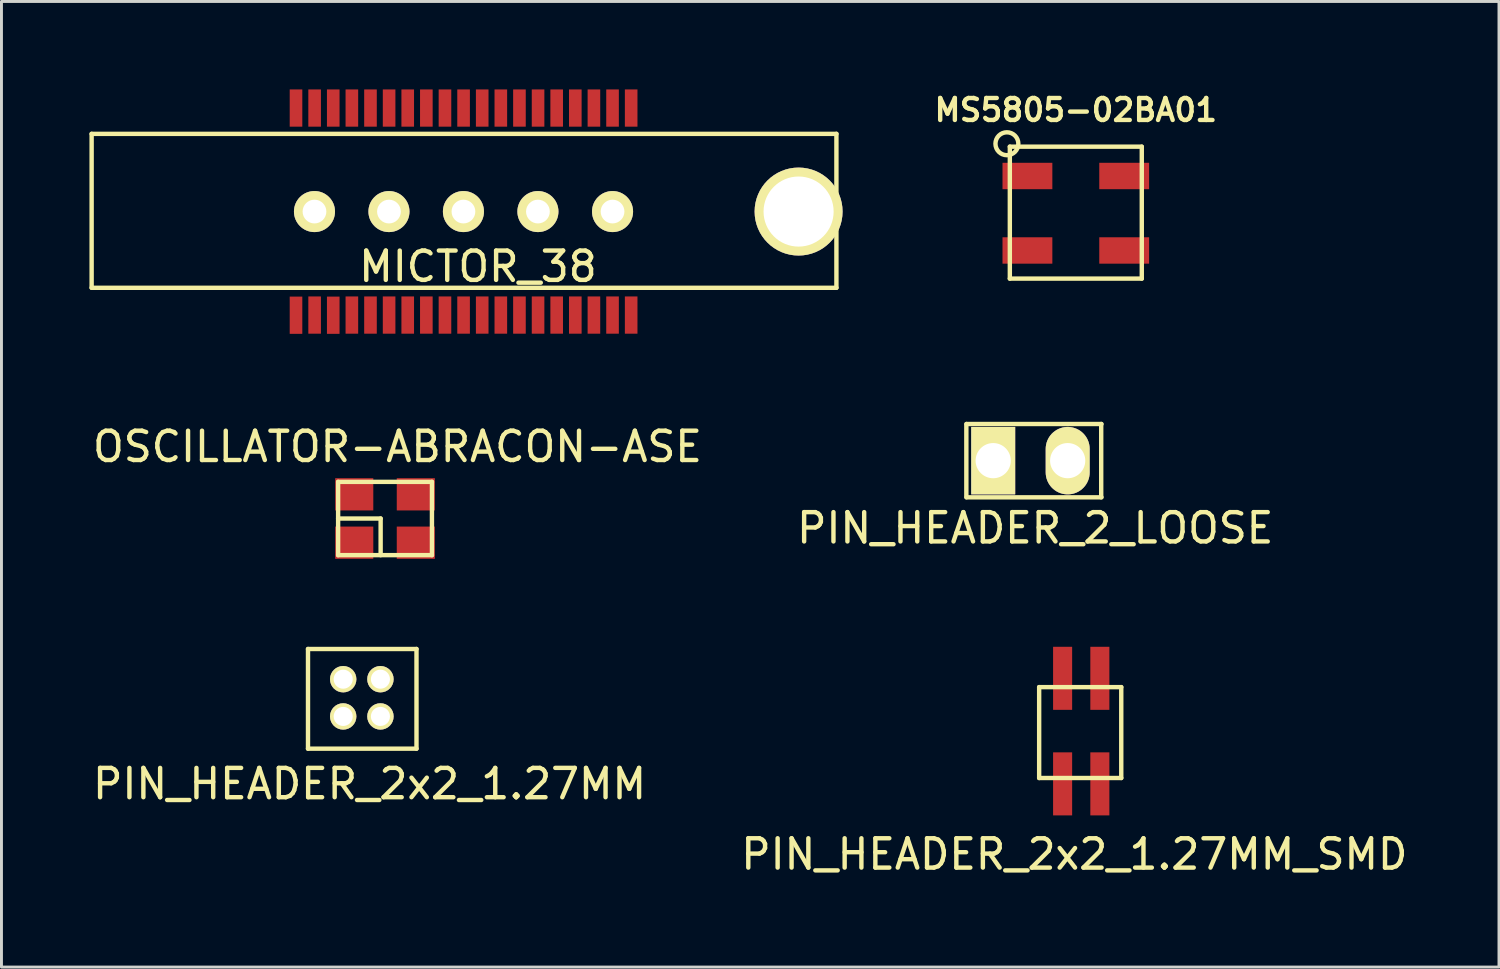
<source format=kicad_pcb>
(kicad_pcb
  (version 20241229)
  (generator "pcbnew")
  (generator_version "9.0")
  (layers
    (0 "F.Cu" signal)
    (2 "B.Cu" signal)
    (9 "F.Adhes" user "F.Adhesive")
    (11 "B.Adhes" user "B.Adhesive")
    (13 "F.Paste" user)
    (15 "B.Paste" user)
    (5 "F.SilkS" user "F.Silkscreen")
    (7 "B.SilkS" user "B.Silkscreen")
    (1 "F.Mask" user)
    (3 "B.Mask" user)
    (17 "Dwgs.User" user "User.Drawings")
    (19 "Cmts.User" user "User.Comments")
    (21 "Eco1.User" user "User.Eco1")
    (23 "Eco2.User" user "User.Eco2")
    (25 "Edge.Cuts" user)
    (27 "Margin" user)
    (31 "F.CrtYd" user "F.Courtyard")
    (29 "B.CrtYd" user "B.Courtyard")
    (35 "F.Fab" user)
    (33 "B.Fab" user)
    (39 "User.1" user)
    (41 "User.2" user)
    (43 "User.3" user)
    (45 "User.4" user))
  (footprint "MICTOR_38"
    (layer "F.Cu")
    (at 12.75 4.17)
    (property "Reference" "MICTOR_38" (at 0.5 1.87 0) (layer "F.SilkS") (effects (font (size 1 1) (thickness 0.15))))
    (attr through_hole)
    (fp_line (start -12.675 -2.655) (end 12.725 -2.655) (stroke (width 0.15) (type solid)) (layer "F.SilkS"))
    (fp_line (start -12.675 2.595) (end -12.675 -2.655) (stroke (width 0.15) (type solid)) (layer "F.SilkS"))
    (fp_line (start 12.725 -2.655) (end 12.725 2.595) (stroke (width 0.15) (type solid)) (layer "F.SilkS"))
    (fp_line (start 12.725 2.595) (end -12.675 2.595) (stroke (width 0.15) (type solid)) (layer "F.SilkS"))
    (pad "" np_thru_hole circle (at 11.435 -0.005) (size 3 3) (drill 2.39) (layers "*.Cu" "*.Mask" "F.SilkS"))
    (pad "1" smd rect (at 5.725 3.525) (size 0.43 1.27) (layers "F.Cu" "F.Mask" "F.Paste"))
    (pad "2" smd rect (at 5.725 -3.535) (size 0.43 1.27) (layers "F.Cu" "F.Mask" "F.Paste"))
    (pad "3" smd rect (at 5.09 3.525) (size 0.43 1.27) (layers "F.Cu" "F.Mask" "F.Paste"))
    (pad "4" smd rect (at 5.09 -3.535) (size 0.43 1.27) (layers "F.Cu" "F.Mask" "F.Paste"))
    (pad "5" smd rect (at 4.455 3.525) (size 0.43 1.27) (layers "F.Cu" "F.Mask" "F.Paste"))
    (pad "6" smd rect (at 4.455 -3.535) (size 0.43 1.27) (layers "F.Cu" "F.Mask" "F.Paste"))
    (pad "7" smd rect (at 3.82 3.525) (size 0.43 1.27) (layers "F.Cu" "F.Mask" "F.Paste"))
    (pad "8" smd rect (at 3.82 -3.535) (size 0.43 1.27) (layers "F.Cu" "F.Mask" "F.Paste"))
    (pad "9" smd rect (at 3.185 3.525) (size 0.43 1.27) (layers "F.Cu" "F.Mask" "F.Paste"))
    (pad "10" smd rect (at 3.185 -3.535) (size 0.43 1.27) (layers "F.Cu" "F.Mask" "F.Paste"))
    (pad "11" smd rect (at 2.55 3.525) (size 0.43 1.27) (layers "F.Cu" "F.Mask" "F.Paste"))
    (pad "12" smd rect (at 2.55 -3.535) (size 0.43 1.27) (layers "F.Cu" "F.Mask" "F.Paste"))
    (pad "13" smd rect (at 1.915 3.525) (size 0.43 1.27) (layers "F.Cu" "F.Mask" "F.Paste"))
    (pad "14" smd rect (at 1.915 -3.535) (size 0.43 1.27) (layers "F.Cu" "F.Mask" "F.Paste"))
    (pad "15" smd rect (at 1.28 3.525) (size 0.43 1.27) (layers "F.Cu" "F.Mask" "F.Paste"))
    (pad "16" smd rect (at 1.28 -3.535) (size 0.43 1.27) (layers "F.Cu" "F.Mask" "F.Paste"))
    (pad "17" smd rect (at 0.645 3.525) (size 0.43 1.27) (layers "F.Cu" "F.Mask" "F.Paste"))
    (pad "18" smd rect (at 0.645 -3.535) (size 0.43 1.27) (layers "F.Cu" "F.Mask" "F.Paste"))
    (pad "19" smd rect (at 0.01 3.525) (size 0.43 1.27) (layers "F.Cu" "F.Mask" "F.Paste"))
    (pad "20" smd rect (at 0.01 -3.535) (size 0.43 1.27) (layers "F.Cu" "F.Mask" "F.Paste"))
    (pad "21" smd rect (at -0.625 3.525) (size 0.43 1.27) (layers "F.Cu" "F.Mask" "F.Paste"))
    (pad "22" smd rect (at -0.625 -3.535) (size 0.43 1.27) (layers "F.Cu" "F.Mask" "F.Paste"))
    (pad "23" smd rect (at -1.26 3.525) (size 0.43 1.27) (layers "F.Cu" "F.Mask" "F.Paste"))
    (pad "24" smd rect (at -1.26 -3.535) (size 0.43 1.27) (layers "F.Cu" "F.Mask" "F.Paste"))
    (pad "25" smd rect (at -1.895 3.525) (size 0.43 1.27) (layers "F.Cu" "F.Mask" "F.Paste"))
    (pad "26" smd rect (at -1.895 -3.535) (size 0.43 1.27) (layers "F.Cu" "F.Mask" "F.Paste"))
    (pad "27" smd rect (at -2.53 3.525) (size 0.43 1.27) (layers "F.Cu" "F.Mask" "F.Paste"))
    (pad "28" smd rect (at -2.53 -3.535) (size 0.43 1.27) (layers "F.Cu" "F.Mask" "F.Paste"))
    (pad "29" smd rect (at -3.165 3.525) (size 0.43 1.27) (layers "F.Cu" "F.Mask" "F.Paste"))
    (pad "30" smd rect (at -3.165 -3.535) (size 0.43 1.27) (layers "F.Cu" "F.Mask" "F.Paste"))
    (pad "31" smd rect (at -3.8 3.525) (size 0.43 1.27) (layers "F.Cu" "F.Mask" "F.Paste"))
    (pad "32" smd rect (at -3.8 -3.535) (size 0.43 1.27) (layers "F.Cu" "F.Mask" "F.Paste"))
    (pad "33" smd rect (at -4.435 3.53) (size 0.43 1.27) (layers "F.Cu" "F.Mask" "F.Paste"))
    (pad "34" smd rect (at -4.435 -3.535) (size 0.43 1.27) (layers "F.Cu" "F.Mask" "F.Paste"))
    (pad "35" smd rect (at -5.07 3.525) (size 0.43 1.27) (layers "F.Cu" "F.Mask" "F.Paste"))
    (pad "36" smd rect (at -5.07 -3.535) (size 0.43 1.27) (layers "F.Cu" "F.Mask" "F.Paste"))
    (pad "37" smd rect (at -5.705 3.53) (size 0.43 1.27) (layers "F.Cu" "F.Mask" "F.Paste"))
    (pad "38" smd rect (at -5.705 -3.535) (size 0.43 1.27) (layers "F.Cu" "F.Mask" "F.Paste"))
    (pad "39" thru_hole circle (at 5.09 -0.005) (size 1.4 1.4) (drill 0.81) (layers "*.Cu" "*.Mask" "F.SilkS"))
    (pad "40" thru_hole circle (at 2.545 -0.005) (size 1.4 1.4) (drill 0.81) (layers "*.Cu" "*.Mask" "F.SilkS"))
    (pad "41" thru_hole circle (at 0.005 -0.005) (size 1.4 1.4) (drill 0.81) (layers "*.Cu" "*.Mask" "F.SilkS"))
    (pad "42" thru_hole circle (at -2.535 -0.005) (size 1.4 1.4) (drill 0.81) (layers "*.Cu" "*.Mask" "F.SilkS"))
    (pad "43" thru_hole circle (at -5.075 -0.005) (size 1.4 1.4) (drill 0.81) (layers "*.Cu" "*.Mask" "F.SilkS")))
  (footprint "OSCILLATOR-ABRACON-ASE"
    (layer "F.Cu")
    (at 10.081 14.633)
    (property "Reference" "OSCILLATOR-ABRACON-ASE" (at 0.425 -2.45 0) (layer "F.SilkS") (effects (font (size 1 1) (thickness 0.15))))
    (attr through_hole)
    (fp_line (start -1.6 -1.25) (end 1.6 -1.25) (stroke (width 0.15) (type solid)) (layer "F.SilkS"))
    (fp_line (start -1.6 0) (end -0.15 0) (stroke (width 0.15) (type solid)) (layer "F.SilkS"))
    (fp_line (start -1.6 1.25) (end -1.6 -1.25) (stroke (width 0.15) (type solid)) (layer "F.SilkS"))
    (fp_line (start -0.15 0) (end -0.15 1.25) (stroke (width 0.15) (type solid)) (layer "F.SilkS"))
    (fp_line (start 1.6 -1.25) (end 1.6 1.25) (stroke (width 0.15) (type solid)) (layer "F.SilkS"))
    (fp_line (start 1.6 1.25) (end -1.6 1.25) (stroke (width 0.15) (type solid)) (layer "F.SilkS"))
    (pad "1" smd rect (at -1.05 0.825) (size 1.3 1.1) (layers "F.Cu" "F.Mask" "F.Paste"))
    (pad "2" smd rect (at 1.05 0.825) (size 1.3 1.1) (layers "F.Cu" "F.Mask" "F.Paste"))
    (pad "3" smd rect (at 1.05 -0.825) (size 1.3 1.1) (layers "F.Cu" "F.Mask" "F.Paste"))
    (pad "4" smd rect (at -1.05 -0.825) (size 1.3 1.1) (layers "F.Cu" "F.Mask" "F.Paste")))
  (footprint "PIN_HEADER_2x2_1.27MM_SMD"
    (layer "F.Cu")
    (at 33.189 21.883)
    (property "Reference" "PIN_HEADER_2x2_1.27MM_SMD" (at 0.4 4.2 0) (layer "F.SilkS") (effects (font (size 1 1) (thickness 0.15))))
    (attr through_hole)
    (fp_line (start -0.8 -1.5) (end -0.8 1.6) (stroke (width 0.15) (type solid)) (layer "F.SilkS"))
    (fp_line (start -0.8 -1.5) (end 2 -1.5) (stroke (width 0.15) (type solid)) (layer "F.SilkS"))
    (fp_line (start 2 1.6) (end -0.8 1.6) (stroke (width 0.15) (type solid)) (layer "F.SilkS"))
    (fp_line (start 2 1.6) (end 2 -1.5) (stroke (width 0.15) (type solid)) (layer "F.SilkS"))
    (pad "1" smd rect (at 0 1.8) (size 0.65 2.15) (layers "F.Cu" "F.Mask" "F.Paste"))
    (pad "2" smd rect (at 0 -1.8) (size 0.65 2.15) (layers "F.Cu" "F.Mask" "F.Paste"))
    (pad "3" smd rect (at 1.27 1.8) (size 0.65 2.15) (layers "F.Cu" "F.Mask" "F.Paste"))
    (pad "4" smd rect (at 1.27 -1.8) (size 0.65 2.15) (layers "F.Cu" "F.Mask" "F.Paste")))
  (footprint "PIN_HEADER_2_LOOSE"
    (layer "F.Cu")
    (at 30.822 12.66)
    (property "Reference" "PIN_HEADER_2_LOOSE" (at 1.433 2.3 0) (layer "F.SilkS") (effects (font (size 1 1) (thickness 0.15))))
    (attr through_hole)
    (fp_line (start -0.916 -1.25) (end -0.916 1.25) (stroke (width 0.15) (type solid)) (layer "F.SilkS"))
    (fp_line (start -0.906 1.25) (end 3.693 1.25) (stroke (width 0.15) (type solid)) (layer "F.SilkS"))
    (fp_line (start 3.683 1.25) (end 3.683 -1.25) (stroke (width 0.15) (type solid)) (layer "F.SilkS"))
    (fp_line (start 3.693 -1.25) (end -0.906 -1.25) (stroke (width 0.15) (type solid)) (layer "F.SilkS"))
    (pad "1" thru_hole rect (at 0 0) (size 1.5 2.3) (drill 1.2) (layers "*.Cu" "*.Mask" "F.SilkS"))
    (pad "2" thru_hole oval (at 2.54 0) (size 1.5 2.3) (drill 1.2) (layers "*.Cu" "*.Mask" "F.SilkS")))
  (footprint "MS5805-02BA01"
    (layer "F.Cu")
    (at 33.639 4.202)
    (property "Reference" "MS5805-02BA01" (at 0 -3.5 0) (layer "F.SilkS") (effects (font (size 0.75 0.75) (thickness 0.15))))
    (attr through_hole)
    (fp_line (start -2.25 -2.25) (end -2.25 2.25) (stroke (width 0.15) (type solid)) (layer "F.SilkS"))
    (fp_line (start -2.25 -2.25) (end 2.25 -2.25) (stroke (width 0.15) (type solid)) (layer "F.SilkS"))
    (fp_line (start 2.25 2.25) (end -2.25 2.25) (stroke (width 0.15) (type solid)) (layer "F.SilkS"))
    (fp_line (start 2.25 2.25) (end 2.25 -2.25) (stroke (width 0.15) (type solid)) (layer "F.SilkS"))
    (fp_circle (center -2.35 -2.35) (end -2.05 -2.1) (stroke (width 0.15) (type solid)) (fill no) (layer "F.SilkS"))
    (pad "1" smd rect (at -1.65 -1.25) (size 1.7 0.9) (layers "F.Cu" "F.Mask" "F.Paste"))
    (pad "2" smd rect (at -1.65 1.29) (size 1.7 0.9) (layers "F.Cu" "F.Mask" "F.Paste"))
    (pad "3" smd rect (at 1.65 1.29) (size 1.7 0.9) (layers "F.Cu" "F.Mask" "F.Paste"))
    (pad "4" smd rect (at 1.65 -1.25) (size 1.7 0.9) (layers "F.Cu" "F.Mask" "F.Paste")))
  (footprint "PIN_HEADER_2x2_1.27MM"
    (layer "F.Cu")
    (at 8.654 21.383)
    (property "Reference" "PIN_HEADER_2x2_1.27MM" (at 0.9 2.3 0) (layer "F.SilkS") (effects (font (size 1 1) (thickness 0.15))))
    (attr through_hole)
    (fp_line (start -1.2 -2.3) (end -1.2 1.1) (stroke (width 0.15) (type solid)) (layer "F.SilkS"))
    (fp_line (start -1.2 -2.3) (end 2.5 -2.3) (stroke (width 0.15) (type solid)) (layer "F.SilkS"))
    (fp_line (start 2.5 1.1) (end -1.2 1.1) (stroke (width 0.15) (type solid)) (layer "F.SilkS"))
    (fp_line (start 2.5 1.1) (end 2.5 -2.3) (stroke (width 0.15) (type solid)) (layer "F.SilkS"))
    (pad "1" thru_hole circle (at 0 0) (size 0.9 0.9) (drill 0.65) (layers "*.Cu" "*.Mask" "F.SilkS"))
    (pad "2" thru_hole circle (at 0 -1.27) (size 0.9 0.9) (drill 0.65) (layers "*.Cu" "*.Mask" "F.SilkS"))
    (pad "3" thru_hole circle (at 1.27 0) (size 0.9 0.9) (drill 0.65) (layers "*.Cu" "*.Mask" "F.SilkS"))
    (pad "4" thru_hole circle (at 1.27 -1.27) (size 0.9 0.9) (drill 0.65) (layers "*.Cu" "*.Mask" "F.SilkS")))
  (gr_rect
    (start -3 -3)
    (end 48.071 29.931)
    (stroke (width 0.1) (type default))
    (fill no)
    (layer "Edge.Cuts")))
</source>
